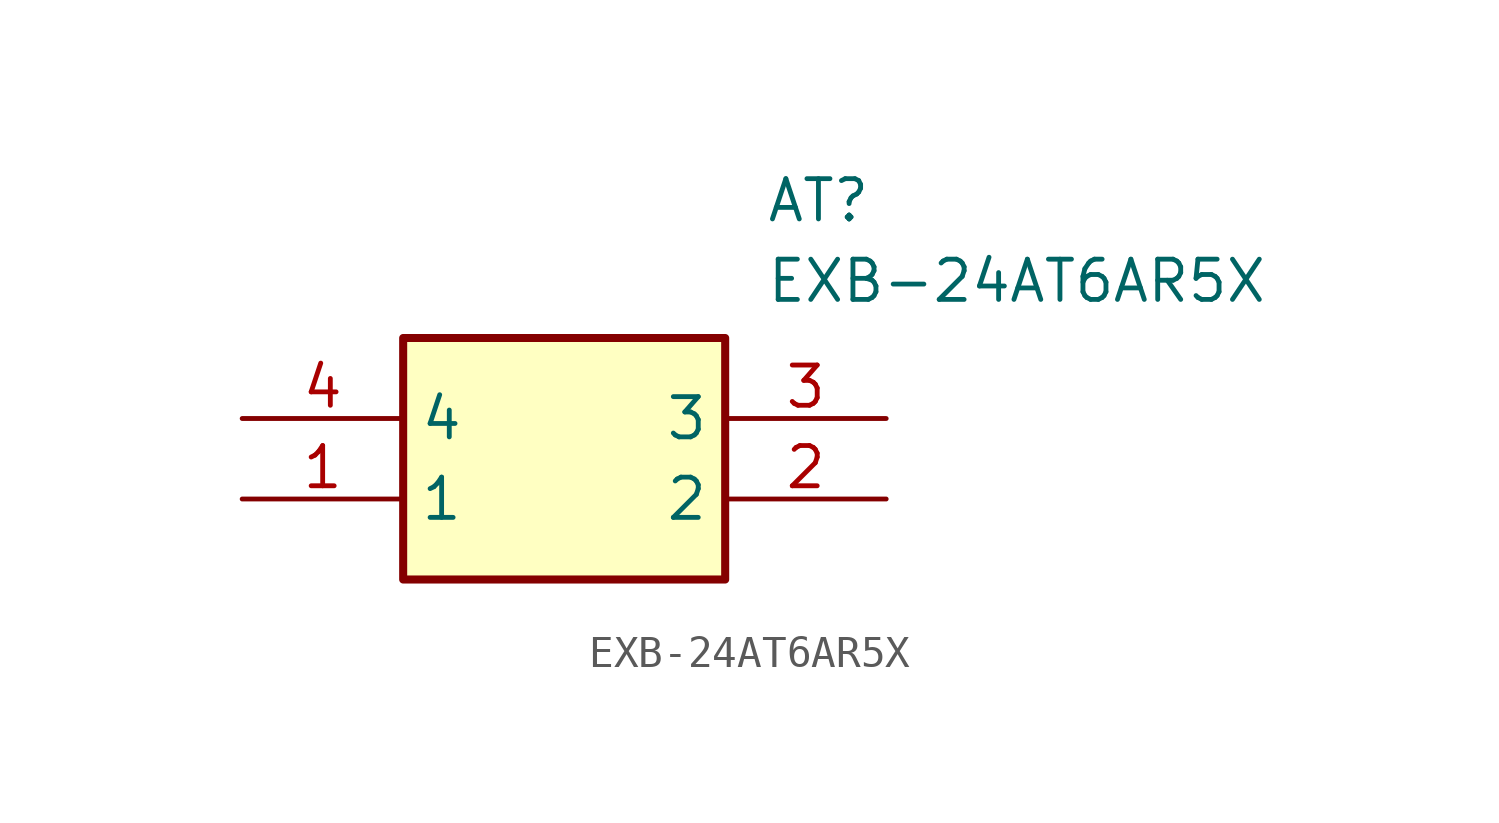
<source format=kicad_sym>
(kicad_symbol_lib
  (version 20211014)
  (generator SamacSys_ECAD_Model)
  (symbol "EXB-24AT6AR5X"
    (property "Reference" "AT"
      (at 16.51 7.62 0)
      (effects (font (size 1.27 1.27)) (justify left top)))
    (property "Value" "EXB-24AT6AR5X"
      (at 16.51 5.08 0)
      (effects (font (size 1.27 1.27)) (justify left top)))
    (rectangle
      (start 5.08 2.54)
      (end 15.24 -5.08)
      (stroke (width 0.254) (type default))
      (fill (type background)))
    (pin passive line
      (at 0 -2.54 0)
      (length 5.08)
      (name "1" (effects (font (size 1.27 1.27))))
      (number "1" (effects (font (size 1.27 1.27)))))
    (pin passive line
      (at 20.32 -2.54 180)
      (length 5.08)
      (name "2" (effects (font (size 1.27 1.27))))
      (number "2" (effects (font (size 1.27 1.27)))))
    (pin passive line
      (at 20.32 0 180)
      (length 5.08)
      (name "3" (effects (font (size 1.27 1.27))))
      (number "3" (effects (font (size 1.27 1.27)))))
    (pin passive line
      (at 0 0 0)
      (length 5.08)
      (name "4" (effects (font (size 1.27 1.27))))
      (number "4" (effects (font (size 1.27 1.27)))))))
</source>
